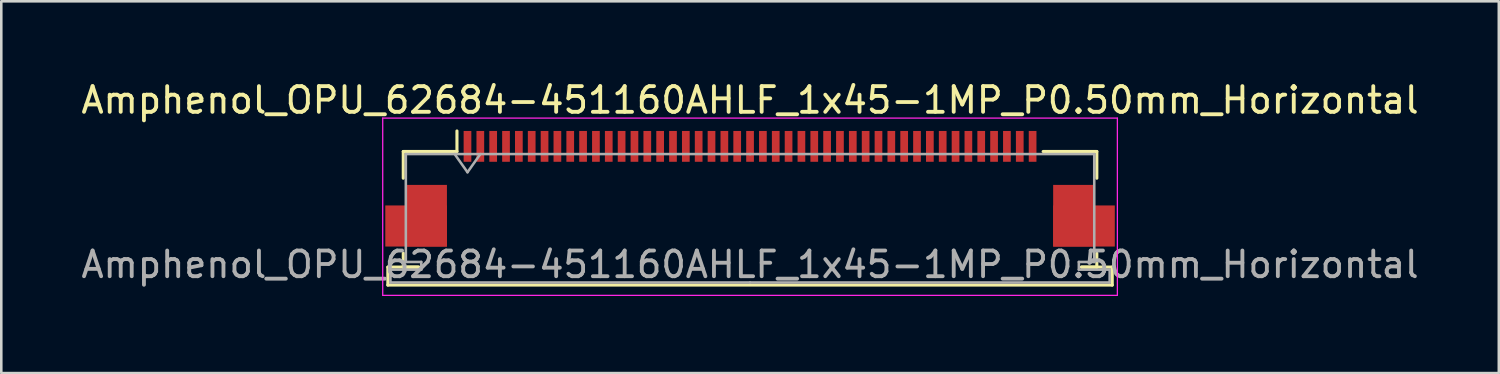
<source format=kicad_pcb>
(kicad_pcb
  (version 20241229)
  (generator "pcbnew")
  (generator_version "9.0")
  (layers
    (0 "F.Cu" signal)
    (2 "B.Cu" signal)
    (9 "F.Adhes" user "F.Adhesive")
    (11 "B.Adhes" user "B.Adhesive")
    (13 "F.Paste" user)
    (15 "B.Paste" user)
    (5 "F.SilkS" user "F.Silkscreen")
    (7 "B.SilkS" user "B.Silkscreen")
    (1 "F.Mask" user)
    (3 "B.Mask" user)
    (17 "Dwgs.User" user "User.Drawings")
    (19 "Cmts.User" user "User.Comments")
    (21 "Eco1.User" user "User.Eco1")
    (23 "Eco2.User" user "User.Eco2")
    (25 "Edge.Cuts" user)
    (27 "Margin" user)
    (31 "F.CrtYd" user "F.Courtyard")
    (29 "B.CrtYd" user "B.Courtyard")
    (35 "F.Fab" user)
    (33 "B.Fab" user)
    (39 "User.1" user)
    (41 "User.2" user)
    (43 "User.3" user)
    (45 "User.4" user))
  (footprint "Amphenol_OPU_62684-451160AHLF_1x45-1MP_P0.50mm_Horizontal"
    (layer "F.Cu")
    (at 26.149 4.298)
    (property "Reference" "Amphenol_OPU_62684-451160AHLF_1x45-1MP_P0.50mm_Horizontal" (at 0 -3.45 0) (layer "F.SilkS") (effects (font (size 1 1) (thickness 0.15))))
    (attr smd)
    (fp_line (start -14.1 3.05) (end -14.1 3.75) (stroke (width 0.12) (type solid)) (layer "F.SilkS"))
    (fp_line (start -14.1 3.75) (end 14.1 3.75) (stroke (width 0.12) (type solid)) (layer "F.SilkS"))
    (fp_line (start -13.5 -1.45) (end -13.5 -0.41) (stroke (width 0.12) (type solid)) (layer "F.SilkS"))
    (fp_line (start -13.5 2.51) (end -13.5 3.05) (stroke (width 0.12) (type solid)) (layer "F.SilkS"))
    (fp_line (start -13.5 3.05) (end -12.9 3.05) (stroke (width 0.12) (type solid)) (layer "F.SilkS"))
    (fp_line (start -12.9 3.05) (end -14.1 3.05) (stroke (width 0.12) (type solid)) (layer "F.SilkS"))
    (fp_line (start -11.41 -1.45) (end -13.5 -1.45) (stroke (width 0.12) (type solid)) (layer "F.SilkS"))
    (fp_line (start -11.41 -1.45) (end -11.41 -2.25) (stroke (width 0.12) (type solid)) (layer "F.SilkS"))
    (fp_line (start 11.41 -1.45) (end 13.5 -1.45) (stroke (width 0.12) (type solid)) (layer "F.SilkS"))
    (fp_line (start 12.9 3.05) (end 13.5 3.05) (stroke (width 0.12) (type solid)) (layer "F.SilkS"))
    (fp_line (start 13.5 -1.45) (end 13.5 -0.41) (stroke (width 0.12) (type solid)) (layer "F.SilkS"))
    (fp_line (start 13.5 3.05) (end 13.5 2.51) (stroke (width 0.12) (type solid)) (layer "F.SilkS"))
    (fp_line (start 14.1 3.05) (end 12.9 3.05) (stroke (width 0.12) (type solid)) (layer "F.SilkS"))
    (fp_line (start 14.1 3.75) (end 14.1 3.05) (stroke (width 0.12) (type solid)) (layer "F.SilkS"))
    (fp_line (start -14.3 -2.75) (end -14.3 4.15) (stroke (width 0.05) (type solid)) (layer "F.CrtYd"))
    (fp_line (start -14.3 4.15) (end 14.3 4.15) (stroke (width 0.05) (type solid)) (layer "F.CrtYd"))
    (fp_line (start 14.3 -2.75) (end -14.3 -2.75) (stroke (width 0.05) (type solid)) (layer "F.CrtYd"))
    (fp_line (start 14.3 4.15) (end 14.3 -2.75) (stroke (width 0.05) (type solid)) (layer "F.CrtYd"))
    (fp_line (start -14 3.15) (end -14 3.65) (stroke (width 0.1) (type solid)) (layer "F.Fab"))
    (fp_line (start -14 3.65) (end 0 3.65) (stroke (width 0.1) (type solid)) (layer "F.Fab"))
    (fp_line (start -13.4 -1.35) (end -13.4 2.85) (stroke (width 0.1) (type solid)) (layer "F.Fab"))
    (fp_line (start -13.4 2.85) (end -12.8 2.85) (stroke (width 0.1) (type solid)) (layer "F.Fab"))
    (fp_line (start -12.8 2.85) (end -12.8 3.15) (stroke (width 0.1) (type solid)) (layer "F.Fab"))
    (fp_line (start -12.8 3.15) (end -14 3.15) (stroke (width 0.1) (type solid)) (layer "F.Fab"))
    (fp_line (start -11.5 -1.35) (end -11 -0.643) (stroke (width 0.1) (type solid)) (layer "F.Fab"))
    (fp_line (start -11 -0.643) (end -10.5 -1.35) (stroke (width 0.1) (type solid)) (layer "F.Fab"))
    (fp_line (start 0 -1.35) (end -13.4 -1.35) (stroke (width 0.1) (type solid)) (layer "F.Fab"))
    (fp_line (start 0 -1.35) (end 13.4 -1.35) (stroke (width 0.1) (type solid)) (layer "F.Fab"))
    (fp_line (start 12.8 2.85) (end 12.8 3.15) (stroke (width 0.1) (type solid)) (layer "F.Fab"))
    (fp_line (start 12.8 3.15) (end 14 3.15) (stroke (width 0.1) (type solid)) (layer "F.Fab"))
    (fp_line (start 13.4 -1.35) (end 13.4 2.85) (stroke (width 0.1) (type solid)) (layer "F.Fab"))
    (fp_line (start 13.4 2.85) (end 12.8 2.85) (stroke (width 0.1) (type solid)) (layer "F.Fab"))
    (fp_line (start 14 3.15) (end 14 3.65) (stroke (width 0.1) (type solid)) (layer "F.Fab"))
    (fp_line (start 14 3.65) (end 0 3.65) (stroke (width 0.1) (type solid)) (layer "F.Fab"))
    (fp_text user "${REFERENCE}" (at 0 2.95 0) (layer "F.Fab") (effects (font (size 1 1) (thickness 0.15))))
    (pad "1" smd rect (at -11 -1.65) (size 0.3 1.2) (layers "F.Cu" "F.Mask" "F.Paste"))
    (pad "2" smd rect (at -10.5 -1.65) (size 0.3 1.2) (layers "F.Cu" "F.Mask" "F.Paste"))
    (pad "3" smd rect (at -10 -1.65) (size 0.3 1.2) (layers "F.Cu" "F.Mask" "F.Paste"))
    (pad "4" smd rect (at -9.5 -1.65) (size 0.3 1.2) (layers "F.Cu" "F.Mask" "F.Paste"))
    (pad "5" smd rect (at -9 -1.65) (size 0.3 1.2) (layers "F.Cu" "F.Mask" "F.Paste"))
    (pad "6" smd rect (at -8.5 -1.65) (size 0.3 1.2) (layers "F.Cu" "F.Mask" "F.Paste"))
    (pad "7" smd rect (at -8 -1.65) (size 0.3 1.2) (layers "F.Cu" "F.Mask" "F.Paste"))
    (pad "8" smd rect (at -7.5 -1.65) (size 0.3 1.2) (layers "F.Cu" "F.Mask" "F.Paste"))
    (pad "9" smd rect (at -7 -1.65) (size 0.3 1.2) (layers "F.Cu" "F.Mask" "F.Paste"))
    (pad "10" smd rect (at -6.5 -1.65) (size 0.3 1.2) (layers "F.Cu" "F.Mask" "F.Paste"))
    (pad "11" smd rect (at -6 -1.65) (size 0.3 1.2) (layers "F.Cu" "F.Mask" "F.Paste"))
    (pad "12" smd rect (at -5.5 -1.65) (size 0.3 1.2) (layers "F.Cu" "F.Mask" "F.Paste"))
    (pad "13" smd rect (at -5 -1.65) (size 0.3 1.2) (layers "F.Cu" "F.Mask" "F.Paste"))
    (pad "14" smd rect (at -4.5 -1.65) (size 0.3 1.2) (layers "F.Cu" "F.Mask" "F.Paste"))
    (pad "15" smd rect (at -4 -1.65) (size 0.3 1.2) (layers "F.Cu" "F.Mask" "F.Paste"))
    (pad "16" smd rect (at -3.5 -1.65) (size 0.3 1.2) (layers "F.Cu" "F.Mask" "F.Paste"))
    (pad "17" smd rect (at -3 -1.65) (size 0.3 1.2) (layers "F.Cu" "F.Mask" "F.Paste"))
    (pad "18" smd rect (at -2.5 -1.65) (size 0.3 1.2) (layers "F.Cu" "F.Mask" "F.Paste"))
    (pad "19" smd rect (at -2 -1.65) (size 0.3 1.2) (layers "F.Cu" "F.Mask" "F.Paste"))
    (pad "20" smd rect (at -1.5 -1.65) (size 0.3 1.2) (layers "F.Cu" "F.Mask" "F.Paste"))
    (pad "21" smd rect (at -1 -1.65) (size 0.3 1.2) (layers "F.Cu" "F.Mask" "F.Paste"))
    (pad "22" smd rect (at -0.5 -1.65) (size 0.3 1.2) (layers "F.Cu" "F.Mask" "F.Paste"))
    (pad "23" smd rect (at 0 -1.65) (size 0.3 1.2) (layers "F.Cu" "F.Mask" "F.Paste"))
    (pad "24" smd rect (at 0.5 -1.65) (size 0.3 1.2) (layers "F.Cu" "F.Mask" "F.Paste"))
    (pad "25" smd rect (at 1 -1.65) (size 0.3 1.2) (layers "F.Cu" "F.Mask" "F.Paste"))
    (pad "26" smd rect (at 1.5 -1.65) (size 0.3 1.2) (layers "F.Cu" "F.Mask" "F.Paste"))
    (pad "27" smd rect (at 2 -1.65) (size 0.3 1.2) (layers "F.Cu" "F.Mask" "F.Paste"))
    (pad "28" smd rect (at 2.5 -1.65) (size 0.3 1.2) (layers "F.Cu" "F.Mask" "F.Paste"))
    (pad "29" smd rect (at 3 -1.65) (size 0.3 1.2) (layers "F.Cu" "F.Mask" "F.Paste"))
    (pad "30" smd rect (at 3.5 -1.65) (size 0.3 1.2) (layers "F.Cu" "F.Mask" "F.Paste"))
    (pad "31" smd rect (at 4 -1.65) (size 0.3 1.2) (layers "F.Cu" "F.Mask" "F.Paste"))
    (pad "32" smd rect (at 4.5 -1.65) (size 0.3 1.2) (layers "F.Cu" "F.Mask" "F.Paste"))
    (pad "33" smd rect (at 5 -1.65) (size 0.3 1.2) (layers "F.Cu" "F.Mask" "F.Paste"))
    (pad "34" smd rect (at 5.5 -1.65) (size 0.3 1.2) (layers "F.Cu" "F.Mask" "F.Paste"))
    (pad "35" smd rect (at 6 -1.65) (size 0.3 1.2) (layers "F.Cu" "F.Mask" "F.Paste"))
    (pad "36" smd rect (at 6.5 -1.65) (size 0.3 1.2) (layers "F.Cu" "F.Mask" "F.Paste"))
    (pad "37" smd rect (at 7 -1.65) (size 0.3 1.2) (layers "F.Cu" "F.Mask" "F.Paste"))
    (pad "38" smd rect (at 7.5 -1.65) (size 0.3 1.2) (layers "F.Cu" "F.Mask" "F.Paste"))
    (pad "39" smd rect (at 8 -1.65) (size 0.3 1.2) (layers "F.Cu" "F.Mask" "F.Paste"))
    (pad "40" smd rect (at 8.5 -1.65) (size 0.3 1.2) (layers "F.Cu" "F.Mask" "F.Paste"))
    (pad "41" smd rect (at 9 -1.65) (size 0.3 1.2) (layers "F.Cu" "F.Mask" "F.Paste"))
    (pad "42" smd rect (at 9.5 -1.65) (size 0.3 1.2) (layers "F.Cu" "F.Mask" "F.Paste"))
    (pad "43" smd rect (at 10 -1.65) (size 0.3 1.2) (layers "F.Cu" "F.Mask" "F.Paste"))
    (pad "44" smd rect (at 10.5 -1.65) (size 0.3 1.2) (layers "F.Cu" "F.Mask" "F.Paste"))
    (pad "45" smd rect (at 11 -1.65) (size 0.3 1.2) (layers "F.Cu" "F.Mask" "F.Paste"))
    (pad "MP" smd rect (at -13 1.45) (size 2.4 1.6) (layers "F.Cu" "F.Mask" "F.Paste"))
    (pad "MP" smd rect (at -12.6 1.05) (size 1.6 2.4) (layers "F.Cu" "F.Mask" "F.Paste"))
    (pad "MP" smd rect (at 12.6 1.05) (size 1.6 2.4) (layers "F.Cu" "F.Mask" "F.Paste"))
    (pad "MP" smd rect (at 13 1.45) (size 2.4 1.6) (layers "F.Cu" "F.Mask" "F.Paste")))
  (gr_rect
    (start -3 -3)
    (end 55.298 11.473)
    (stroke (width 0.1) (type default))
    (fill no)
    (layer "Edge.Cuts")))
</source>
